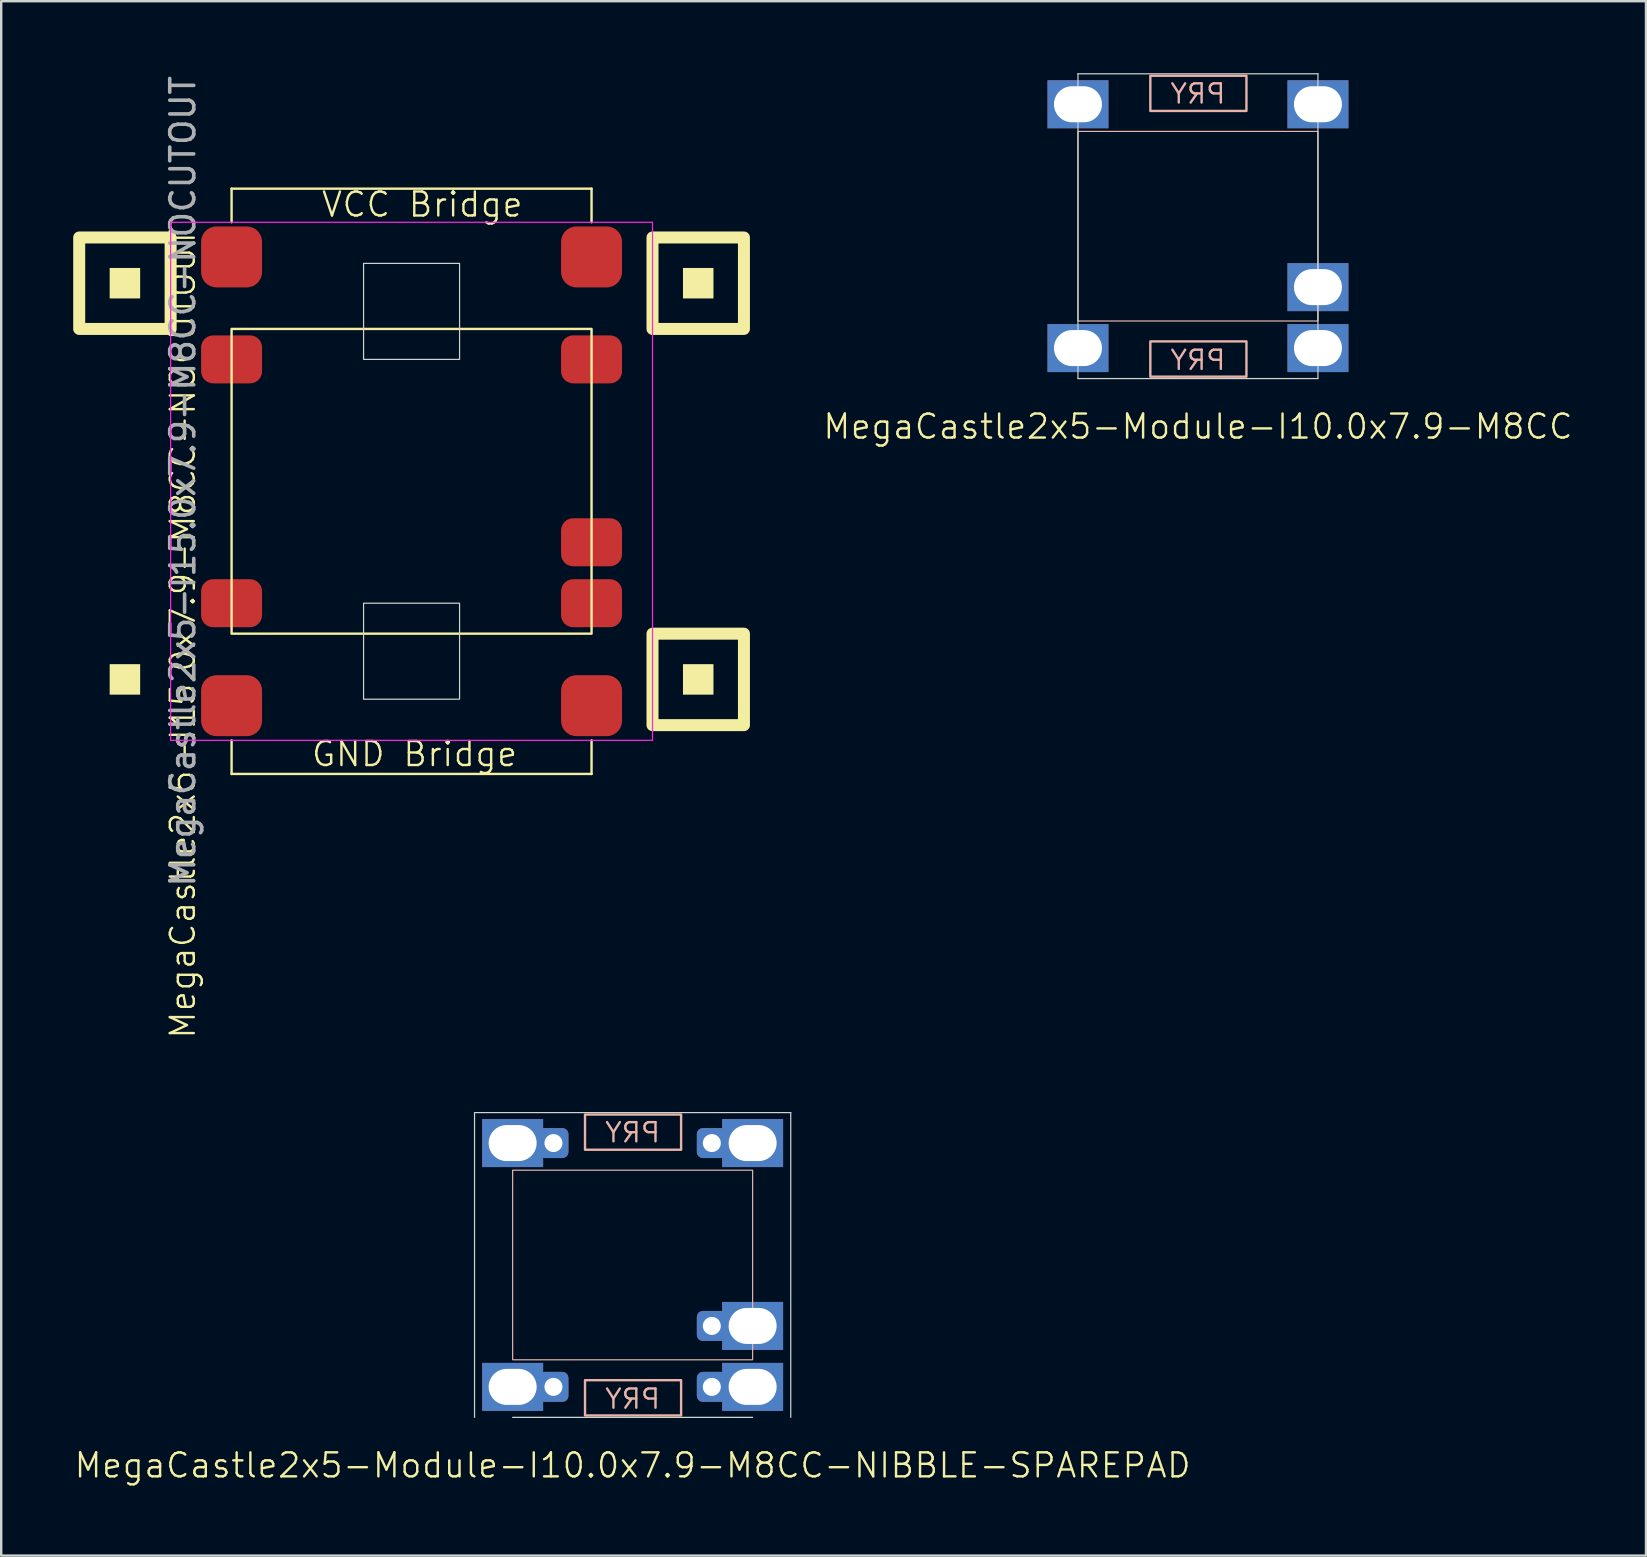
<source format=kicad_pcb>
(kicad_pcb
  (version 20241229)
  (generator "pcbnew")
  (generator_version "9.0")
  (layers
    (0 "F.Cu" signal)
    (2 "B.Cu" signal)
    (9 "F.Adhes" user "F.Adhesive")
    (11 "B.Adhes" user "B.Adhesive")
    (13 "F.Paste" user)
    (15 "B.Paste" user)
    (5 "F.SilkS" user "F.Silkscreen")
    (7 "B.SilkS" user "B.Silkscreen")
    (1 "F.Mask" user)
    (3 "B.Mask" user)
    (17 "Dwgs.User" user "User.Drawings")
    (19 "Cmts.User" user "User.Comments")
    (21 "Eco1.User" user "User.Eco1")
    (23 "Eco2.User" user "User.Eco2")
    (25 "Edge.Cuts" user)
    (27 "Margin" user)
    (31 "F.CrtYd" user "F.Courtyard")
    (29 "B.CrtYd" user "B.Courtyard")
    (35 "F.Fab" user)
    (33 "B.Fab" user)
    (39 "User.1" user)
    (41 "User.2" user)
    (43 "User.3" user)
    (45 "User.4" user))
  (footprint "MegaCastle2x5-Module-I10.0x7.9-M8CC-NIBBLE-SPAREPAD"
    (layer "F.Cu")
    (at 23.312 49.662)
    (property "Reference" "MegaCastle2x5-Module-I10.0x7.9-M8CC-NIBBLE-SPAREPAD" (at 0 8.35 0) (unlocked yes) (layer "F.SilkS") (effects (font (size 1 1) (thickness 0.1))))
    (attr smd)
    (fp_rect (start -5 3.95) (end 5 -3.95) (stroke (width 0.05) (type default)) (fill no) (layer "B.SilkS"))
    (fp_rect (start -1.984 -4.801) (end 2.02 -6.27) (stroke (width 0.1) (type default)) (fill no) (layer "B.SilkS"))
    (fp_rect (start -1.984 4.801) (end 2.02 6.27) (stroke (width 0.1) (type default)) (fill no) (layer "B.SilkS"))
    (fp_line (start -6.588 -6.35) (end -6.588 6.35) (stroke (width 0.05) (type default)) (layer "Edge.Cuts"))
    (fp_line (start -6.588 -6.35) (end 6.588 -6.35) (stroke (width 0.05) (type default)) (layer "Edge.Cuts"))
    (fp_line (start -5 6.35) (end 5 6.35) (stroke (width 0.05) (type default)) (layer "Edge.Cuts"))
    (fp_line (start 6.588 -6.35) (end 6.588 6.35) (stroke (width 0.05) (type default)) (layer "Edge.Cuts"))
    (fp_text user "PRY" (at 0 6.05 0) (unlocked yes) (layer "B.SilkS") (effects (font (size 0.8 0.8) (thickness 0.1)) (justify bottom mirror)))
    (fp_text user "PRY" (at 0 -5.05 0) (unlocked yes) (layer "B.SilkS") (effects (font (size 0.8 0.8) (thickness 0.1)) (justify bottom mirror)))
    (pad "1" thru_hole rect (at -5 -5.08) (size 2.54 2) (drill oval 2 1.5) (property pad_prop_castellated) (layers "*.Cu" "*.Mask"))
    (pad "1" thru_hole roundrect (at -3.3 -5.08 180) (size 1.25 1.25) (drill 0.75) (layers "*.Cu" "*.Mask") (roundrect_rratio 0.2))
    (pad "5" thru_hole rect (at -5 5.08) (size 2.54 2) (drill oval 2 1.5) (property pad_prop_castellated) (layers "*.Cu" "*.Mask"))
    (pad "5" thru_hole roundrect (at -3.3 5.08 180) (size 1.25 1.25) (drill 0.75) (layers "*.Cu" "*.Mask") (roundrect_rratio 0.2))
    (pad "6" thru_hole roundrect (at 3.3 -5.08 180) (size 1.25 1.25) (drill 0.75) (layers "*.Cu" "*.Mask") (roundrect_rratio 0.2))
    (pad "6" thru_hole rect (at 5 -5.08) (size 2.54 2) (drill oval 2 1.5) (property pad_prop_castellated) (layers "*.Cu" "*.Mask"))
    (pad "9" thru_hole roundrect (at 3.3 2.54 180) (size 1.25 1.25) (drill 0.75) (layers "*.Cu" "*.Mask") (roundrect_rratio 0.2))
    (pad "9" thru_hole rect (at 5 2.54) (size 2.54 2) (drill oval 2 1.5) (property pad_prop_castellated) (layers "*.Cu" "*.Mask"))
    (pad "10" thru_hole roundrect (at 3.3 5.08 180) (size 1.25 1.25) (drill 0.75) (layers "*.Cu" "*.Mask") (roundrect_rratio 0.2))
    (pad "10" thru_hole rect (at 5 5.08) (size 2.54 2) (drill oval 2 1.5) (property pad_prop_castellated) (layers "*.Cu" "*.Mask"))
    (zone (net_name "") (layer "B.Cu") (hatch edge 0.5) (connect_pads) (min_thickness 0.25) (filled_areas_thickness no) (keepout (tracks allowed) (vias allowed) (pads allowed) (copperpour allowed) (footprints not_allowed)) (placement (enabled no)) (fill) (polygon (pts (xy 18.312 56.012) (xy 18.312 43.312))))
    (zone (net_name "") (layer "B.Cu") (hatch edge 0.5) (connect_pads) (min_thickness 0.25) (filled_areas_thickness no) (keepout (tracks allowed) (vias allowed) (pads allowed) (copperpour allowed) (footprints not_allowed)) (placement (enabled no)) (fill) (polygon (pts (xy 28.312 56.012) (xy 28.312 43.312))))
    (zone (net_name "") (layer "B.Cu") (hatch edge 0.5) (connect_pads) (min_thickness 0.25) (filled_areas_thickness no) (keepout (tracks allowed) (vias allowed) (pads allowed) (copperpour allowed) (footprints not_allowed)) (placement (enabled no)) (fill) (polygon (pts (xy 18.312 43.312) (xy 18.312 45.712) (xy 28.312 45.712) (xy 28.312 43.312))))
    (zone (net_name "") (layer "B.Cu") (hatch edge 0.5) (connect_pads) (min_thickness 0.25) (filled_areas_thickness no) (keepout (tracks allowed) (vias allowed) (pads allowed) (copperpour allowed) (footprints not_allowed)) (placement (enabled no)) (fill) (polygon (pts (xy 18.312 56.012) (xy 18.312 53.612) (xy 28.312 53.612) (xy 28.312 56.012))))
    (zone (net_name "") (layer "B.Cu") (name "Upper Pry Zone") (hatch edge 0.5) (connect_pads) (min_thickness 0.25) (filled_areas_thickness no) (keepout (tracks not_allowed) (vias not_allowed) (pads not_allowed) (copperpour allowed) (footprints not_allowed)) (placement (enabled no)) (fill) (polygon (pts (xy 21.328 44.86) (xy 21.328 43.392) (xy 25.331 43.392) (xy 25.331 44.86))))
    (zone (net_name "") (layer "B.Cu") (name "Upper Pry Zone") (hatch edge 0.5) (connect_pads) (min_thickness 0.25) (filled_areas_thickness no) (keepout (tracks not_allowed) (vias not_allowed) (pads not_allowed) (copperpour allowed) (footprints not_allowed)) (placement (enabled no)) (fill) (polygon (pts (xy 21.328 54.463) (xy 21.328 55.932) (xy 25.331 55.932) (xy 25.331 54.463)))))
  (footprint "MegaCastle2x5-I15.0x7.9-M8CC-NOCUTOUT"
    (layer "F.Cu")
    (at 14.1 17.006)
    (property "Reference" "MegaCastle2x5-I15.0x7.9-M8CC-NOCUTOUT" (at -9.532 6.35 90) (unlocked yes) (layer "F.SilkS") (effects (font (size 1 1) (thickness 0.1))))
    (attr smd)
    (fp_line (start -7.5 -12.195) (end 7.5 -12.195) (stroke (width 0.1) (type default)) (layer "F.SilkS"))
    (fp_line (start -7.5 -10.795) (end -7.5 -12.195) (stroke (width 0.1) (type default)) (layer "F.SilkS"))
    (fp_line (start -7.5 10.795) (end -7.5 12.195) (stroke (width 0.1) (type default)) (layer "F.SilkS"))
    (fp_line (start -7.5 12.195) (end 7.5 12.195) (stroke (width 0.1) (type default)) (layer "F.SilkS"))
    (fp_line (start 7.5 -10.795) (end 7.5 -12.195) (stroke (width 0.1) (type default)) (layer "F.SilkS"))
    (fp_line (start 7.5 10.795) (end 7.5 12.195) (stroke (width 0.1) (type default)) (layer "F.SilkS"))
    (fp_rect (start -11.31 -7.62) (end -12.58 -8.89) (stroke (width 0) (type solid)) (fill yes) (layer "F.SilkS"))
    (fp_rect (start -11.31 8.89) (end -12.58 7.62) (stroke (width 0) (type solid)) (fill yes) (layer "F.SilkS"))
    (fp_rect (start -10.04 -6.35) (end -13.85 -10.16) (stroke (width 0.5) (type default)) (fill no) (layer "F.SilkS"))
    (fp_rect (start -7.5 -6.35) (end 7.5 6.35) (stroke (width 0.1) (type default)) (fill no) (layer "F.SilkS"))
    (fp_rect (start 12.58 -7.62) (end 11.31 -8.89) (stroke (width 0) (type solid)) (fill yes) (layer "F.SilkS"))
    (fp_rect (start 12.58 8.89) (end 11.31 7.62) (stroke (width 0) (type solid)) (fill yes) (layer "F.SilkS"))
    (fp_rect (start 13.85 -6.35) (end 10.04 -10.16) (stroke (width 0.5) (type default)) (fill no) (layer "F.SilkS"))
    (fp_rect (start 13.85 10.16) (end 10.04 6.35) (stroke (width 0.5) (type default)) (fill no) (layer "F.SilkS"))
    (fp_rect (start -2 -5.08) (end 2 -9.08) (stroke (width 0.05) (type default)) (fill no) (layer "Edge.Cuts"))
    (fp_rect (start -2 5.08) (end 2 9.08) (stroke (width 0.05) (type default)) (fill no) (layer "Edge.Cuts"))
    (fp_line (start -10.04 -10.795) (end -10.04 10.795) (stroke (width 0.05) (type default)) (layer "F.CrtYd"))
    (fp_line (start -10.04 10.795) (end 10.04 10.795) (stroke (width 0.05) (type default)) (layer "F.CrtYd"))
    (fp_line (start 10.04 -10.795) (end -10.04 -10.795) (stroke (width 0.05) (type default)) (layer "F.CrtYd"))
    (fp_line (start 10.04 -10.795) (end 10.04 10.795) (stroke (width 0.05) (type default)) (layer "F.CrtYd"))
    (fp_text user "GND Bridge" (at -4.226 11.95 0) (unlocked yes) (layer "F.SilkS") (effects (font (size 1 1) (thickness 0.1)) (justify left bottom)))
    (fp_text user "VCC Bridge" (at -3.81 -10.95 0) (unlocked yes) (layer "F.SilkS") (effects (font (size 1 1) (thickness 0.1)) (justify left bottom)))
    (fp_text user "${REFERENCE}" (at -9.532 0 90) (unlocked yes) (layer "F.Fab") (effects (font (size 1 1) (thickness 0.15))))
    (pad "1" smd roundrect (at -7.5 -5.08) (size 2.54 2) (layers "F.Cu" "F.Mask" "F.Paste") (roundrect_rratio 0.25))
    (pad "5" smd roundrect (at -7.5 5.08) (size 2.54 2) (layers "F.Cu" "F.Mask" "F.Paste") (roundrect_rratio 0.25))
    (pad "6" smd roundrect (at 7.5 -5.08) (size 2.54 2) (layers "F.Cu" "F.Mask" "F.Paste") (roundrect_rratio 0.25))
    (pad "9" smd roundrect (at 7.5 2.54) (size 2.54 2) (layers "F.Cu" "F.Mask" "F.Paste") (roundrect_rratio 0.25))
    (pad "10" smd roundrect (at 7.5 5.08) (size 2.54 2) (layers "F.Cu" "F.Mask" "F.Paste") (roundrect_rratio 0.25))
    (pad "A1" smd roundrect (at -7.5 -9.35) (size 2.54 2.54) (layers "F.Cu" "F.Mask" "F.Paste") (roundrect_rratio 0.25))
    (pad "A2" smd roundrect (at 7.5 -9.35) (size 2.54 2.54) (layers "F.Cu" "F.Mask" "F.Paste") (roundrect_rratio 0.25))
    (pad "B1" smd roundrect (at -7.5 9.35) (size 2.54 2.54) (layers "F.Cu" "F.Mask" "F.Paste") (roundrect_rratio 0.25))
    (pad "B2" smd roundrect (at 7.5 9.35) (size 2.54 2.54) (layers "F.Cu" "F.Mask" "F.Paste") (roundrect_rratio 0.25)))
  (footprint "MegaCastle2x5-Module-I10.0x7.9-M8CC"
    (layer "F.Cu")
    (at 46.869 6.375)
    (property "Reference" "MegaCastle2x5-Module-I10.0x7.9-M8CC" (at 0 8.35 0) (unlocked yes) (layer "F.SilkS") (effects (font (size 1 1) (thickness 0.1))))
    (attr smd)
    (fp_rect (start -5 3.95) (end 5 -3.95) (stroke (width 0.05) (type default)) (fill no) (layer "B.SilkS"))
    (fp_rect (start -1.984 -4.801) (end 2.02 -6.27) (stroke (width 0.1) (type default)) (fill no) (layer "B.SilkS"))
    (fp_rect (start -1.984 4.801) (end 2.02 6.27) (stroke (width 0.1) (type default)) (fill no) (layer "B.SilkS"))
    (fp_line (start -5 -6.35) (end -5 6.35) (stroke (width 0.05) (type default)) (layer "Edge.Cuts"))
    (fp_line (start -5 -6.35) (end 5 -6.35) (stroke (width 0.05) (type default)) (layer "Edge.Cuts"))
    (fp_line (start -5 6.35) (end 5 6.35) (stroke (width 0.05) (type default)) (layer "Edge.Cuts"))
    (fp_line (start 5 -6.35) (end 5 6.35) (stroke (width 0.05) (type default)) (layer "Edge.Cuts"))
    (fp_text user "PRY" (at 0 6.05 0) (unlocked yes) (layer "B.SilkS") (effects (font (size 0.8 0.8) (thickness 0.1)) (justify bottom mirror)))
    (fp_text user "PRY" (at 0 -5.05 0) (unlocked yes) (layer "B.SilkS") (effects (font (size 0.8 0.8) (thickness 0.1)) (justify bottom mirror)))
    (pad "1" thru_hole rect (at -5 -5.08) (size 2.54 2) (drill oval 2 1.5) (property pad_prop_castellated) (layers "*.Cu" "*.Mask"))
    (pad "5" thru_hole rect (at -5 5.08) (size 2.54 2) (drill oval 2 1.5) (property pad_prop_castellated) (layers "*.Cu" "*.Mask"))
    (pad "6" thru_hole rect (at 5 -5.08) (size 2.54 2) (drill oval 2 1.5) (property pad_prop_castellated) (layers "*.Cu" "*.Mask"))
    (pad "9" thru_hole rect (at 5 2.54) (size 2.54 2) (drill oval 2 1.5) (property pad_prop_castellated) (layers "*.Cu" "*.Mask"))
    (pad "10" thru_hole rect (at 5 5.08) (size 2.54 2) (drill oval 2 1.5) (property pad_prop_castellated) (layers "*.Cu" "*.Mask"))
    (zone (net_name "") (layer "B.Cu") (hatch edge 0.5) (connect_pads) (min_thickness 0.25) (filled_areas_thickness no) (keepout (tracks allowed) (vias allowed) (pads allowed) (copperpour allowed) (footprints not_allowed)) (placement (enabled no)) (fill) (polygon (pts (xy 41.869 12.725) (xy 41.869 0.025))))
    (zone (net_name "") (layer "B.Cu") (hatch edge 0.5) (connect_pads) (min_thickness 0.25) (filled_areas_thickness no) (keepout (tracks allowed) (vias allowed) (pads allowed) (copperpour allowed) (footprints not_allowed)) (placement (enabled no)) (fill) (polygon (pts (xy 51.869 12.725) (xy 51.869 0.025))))
    (zone (net_name "") (layer "B.Cu") (hatch edge 0.5) (connect_pads) (min_thickness 0.25) (filled_areas_thickness no) (keepout (tracks allowed) (vias allowed) (pads allowed) (copperpour allowed) (footprints not_allowed)) (placement (enabled no)) (fill) (polygon (pts (xy 41.869 0.025) (xy 41.869 2.425) (xy 51.869 2.425) (xy 51.869 0.025))))
    (zone (net_name "") (layer "B.Cu") (hatch edge 0.5) (connect_pads) (min_thickness 0.25) (filled_areas_thickness no) (keepout (tracks allowed) (vias allowed) (pads allowed) (copperpour allowed) (footprints not_allowed)) (placement (enabled no)) (fill) (polygon (pts (xy 41.869 12.725) (xy 41.869 10.325) (xy 51.869 10.325) (xy 51.869 12.725))))
    (zone (net_name "") (layer "B.Cu") (name "Upper Pry Zone") (hatch edge 0.5) (connect_pads) (min_thickness 0.25) (filled_areas_thickness no) (keepout (tracks not_allowed) (vias not_allowed) (pads not_allowed) (copperpour allowed) (footprints not_allowed)) (placement (enabled no)) (fill) (polygon (pts (xy 44.885 1.574) (xy 44.885 0.105) (xy 48.889 0.105) (xy 48.889 1.574))))
    (zone (net_name "") (layer "B.Cu") (name "Upper Pry Zone") (hatch edge 0.5) (connect_pads) (min_thickness 0.25) (filled_areas_thickness no) (keepout (tracks not_allowed) (vias not_allowed) (pads not_allowed) (copperpour allowed) (footprints not_allowed)) (placement (enabled no)) (fill) (polygon (pts (xy 44.885 11.176) (xy 44.885 12.645) (xy 48.889 12.645) (xy 48.889 11.176)))))
  (gr_rect
    (start -3 -3)
    (end 65.538 61.772)
    (stroke (width 0.1) (type default))
    (fill no)
    (layer "Edge.Cuts")))
</source>
